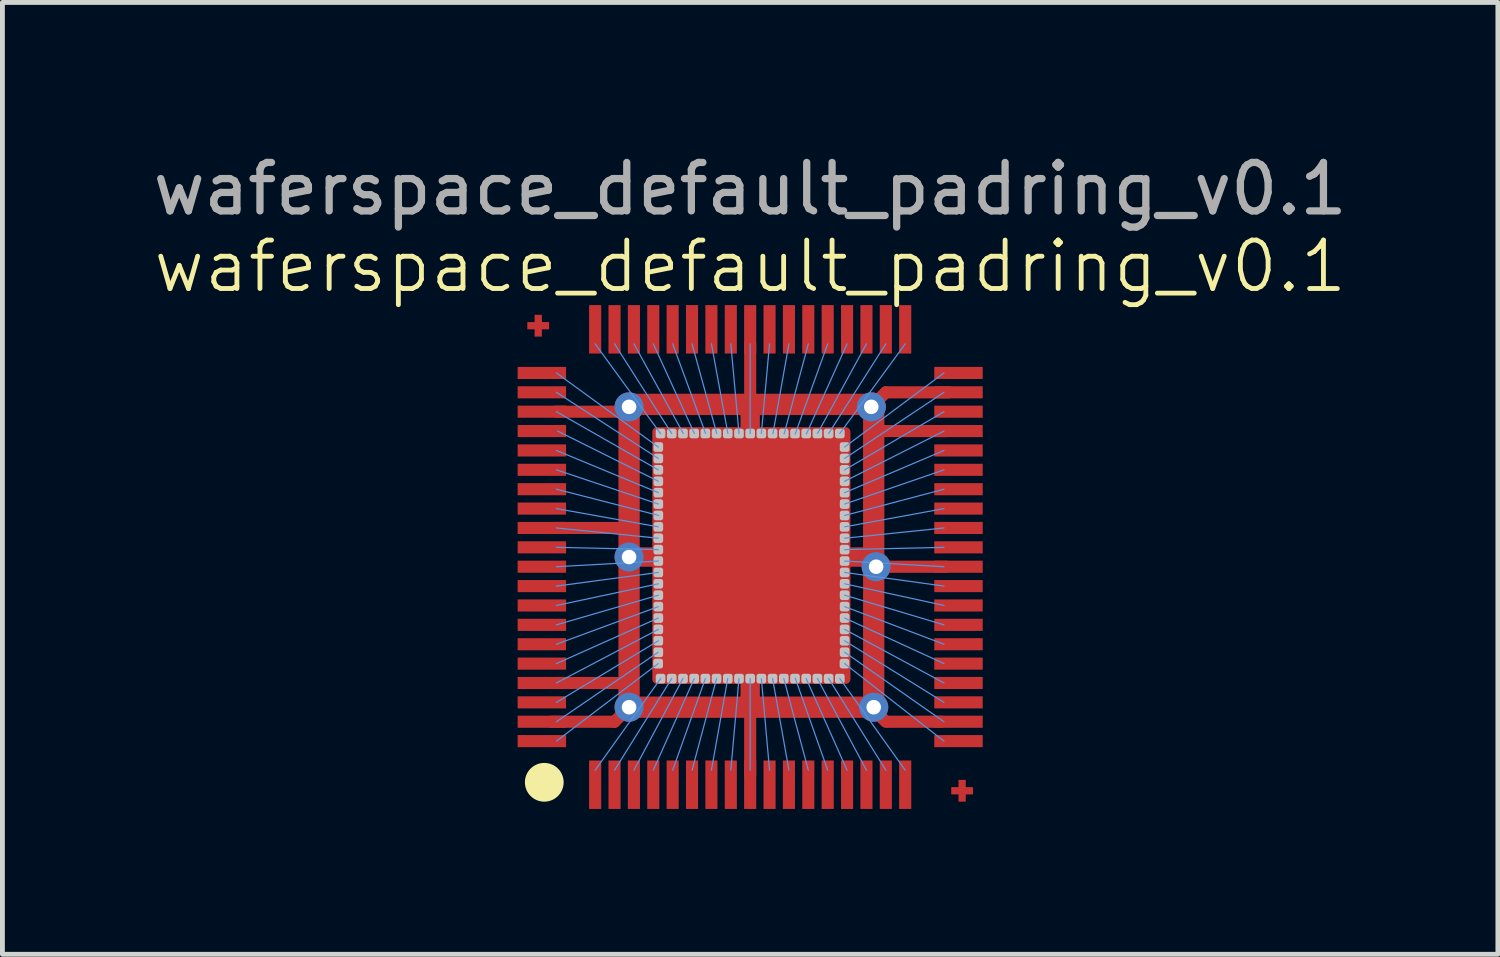
<source format=kicad_pcb>
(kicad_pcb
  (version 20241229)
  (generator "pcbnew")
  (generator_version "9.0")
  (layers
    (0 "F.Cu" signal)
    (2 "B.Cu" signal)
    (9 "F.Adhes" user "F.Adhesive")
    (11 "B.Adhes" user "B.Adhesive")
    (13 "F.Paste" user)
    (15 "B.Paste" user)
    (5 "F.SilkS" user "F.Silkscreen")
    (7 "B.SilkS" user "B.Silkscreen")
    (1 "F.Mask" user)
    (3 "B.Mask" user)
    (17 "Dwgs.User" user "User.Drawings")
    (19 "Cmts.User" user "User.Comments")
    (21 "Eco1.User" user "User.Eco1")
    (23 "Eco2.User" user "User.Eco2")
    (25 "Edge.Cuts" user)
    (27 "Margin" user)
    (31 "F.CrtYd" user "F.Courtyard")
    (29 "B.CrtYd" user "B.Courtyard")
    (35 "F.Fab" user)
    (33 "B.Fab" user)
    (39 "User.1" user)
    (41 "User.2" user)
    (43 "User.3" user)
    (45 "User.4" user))
  (footprint "waferspace_default_padring_v0.1"
    (layer "F.Cu")
    (at 12.435 8.448)
    (property "Reference" "waferspace_default_padring_v0.1" (at 0 -6 0) (unlocked yes) (layer "F.SilkS") (effects (font (size 1 1) (thickness 0.1))))
    (attr smd)
    (fp_line (start -4.1 3.4) (end -2.8 3.4) (stroke (width 0.25) (type solid)) (layer "F.Cu"))
    (fp_line (start -4 -3) (end -2.7 -3) (stroke (width 0.25) (type solid)) (layer "F.Cu"))
    (fp_line (start -4 -0.6) (end -2.7 -0.6) (stroke (width 0.25) (type solid)) (layer "F.Cu"))
    (fp_line (start -4 2.6) (end -2.7 2.6) (stroke (width 0.25) (type solid)) (layer "F.Cu"))
    (fp_line (start -2.8 3.4) (end -2.5 3.1) (stroke (width 0.25) (type solid)) (layer "F.Cu"))
    (fp_line (start 0 -3) (end 0 -4.4) (stroke (width 0.25) (type solid)) (layer "F.Cu"))
    (fp_line (start 0 3.1) (end 0 -3.15) (stroke (width 0.4) (type solid)) (layer "F.Cu"))
    (fp_line (start 0 4.5) (end 0 3.1) (stroke (width 0.25) (type solid)) (layer "F.Cu"))
    (fp_line (start 2.5 0) (end -2.5 0) (stroke (width 0.4) (type solid)) (layer "F.Cu"))
    (fp_line (start 2.75 -2.6) (end 4.05 -2.6) (stroke (width 0.25) (type solid)) (layer "F.Cu"))
    (fp_line (start 2.75 0.2) (end 4.05 0.2) (stroke (width 0.25) (type solid)) (layer "F.Cu"))
    (fp_line (start 2.8 -3.4) (end 2.5 -3.1) (stroke (width 0.25) (type solid)) (layer "F.Cu"))
    (fp_line (start 2.8 3.4) (end 2.5 3.1) (stroke (width 0.25) (type solid)) (layer "F.Cu"))
    (fp_line (start 2.85 3.4) (end 3.95 3.4) (stroke (width 0.25) (type solid)) (layer "F.Cu"))
    (fp_line (start 4.1 -3.4) (end 2.8 -3.4) (stroke (width 0.25) (type solid)) (layer "F.Cu"))
    (fp_rect (start -2.5 -3.15) (end 2.55 3.1) (stroke (width 0.44) (type solid)) (fill no) (layer "F.Cu"))
    (fp_rect (start -1.92 -2.58) (end 1.97 2.52) (stroke (width 0.2) (type solid)) (fill yes) (layer "F.Cu"))
    (fp_poly (pts (xy -4.45 -4.55) (xy -4.3 -4.55) (xy -4.3 -4.7) (xy -4.15 -4.7) (xy -4.15 -4.85) (xy -4.3 -4.85) (xy -4.3 -5) (xy -4.45 -5) (xy -4.45 -4.85) (xy -4.6 -4.85) (xy -4.6 -4.7) (xy -4.45 -4.7)) (stroke (width 0) (type solid)) (fill yes) (layer "F.Cu"))
    (fp_poly (pts (xy 4.3 5.05) (xy 4.45 5.05) (xy 4.45 4.9) (xy 4.6 4.9) (xy 4.6 4.75) (xy 4.45 4.75) (xy 4.45 4.6) (xy 4.3 4.6) (xy 4.3 4.75) (xy 4.15 4.75) (xy 4.15 4.9) (xy 4.3 4.9)) (stroke (width 0) (type solid)) (fill yes) (layer "F.Cu"))
    (fp_rect (start -4.7 -5.1) (end 4.7 5.13) (stroke (width 0.1) (type solid)) (fill yes) (layer "F.Mask"))
    (fp_circle (center -4.25 4.65) (end -3.85 4.65) (stroke (width 0) (type solid)) (fill yes) (layer "F.SilkS"))
    (fp_rect (start -1.95 2.15) (end -1.85 2.25) (stroke (width 0.1) (type solid)) (fill no) (layer "Dwgs.User"))
    (fp_rect (start -1.946 -2.32) (end -1.847 -2.22) (stroke (width 0.1) (type solid)) (fill no) (layer "Dwgs.User"))
    (fp_rect (start -1.946 -2.085) (end -1.847 -1.985) (stroke (width 0.1) (type solid)) (fill no) (layer "Dwgs.User"))
    (fp_rect (start -1.946 -1.849) (end -1.847 -1.749) (stroke (width 0.1) (type solid)) (fill no) (layer "Dwgs.User"))
    (fp_rect (start -1.946 -1.614) (end -1.847 -1.514) (stroke (width 0.1) (type solid)) (fill no) (layer "Dwgs.User"))
    (fp_rect (start -1.946 -1.379) (end -1.847 -1.279) (stroke (width 0.1) (type solid)) (fill no) (layer "Dwgs.User"))
    (fp_rect (start -1.946 -1.144) (end -1.847 -1.044) (stroke (width 0.1) (type solid)) (fill no) (layer "Dwgs.User"))
    (fp_rect (start -1.946 -0.908) (end -1.847 -0.808) (stroke (width 0.1) (type solid)) (fill no) (layer "Dwgs.User"))
    (fp_rect (start -1.946 -0.673) (end -1.847 -0.573) (stroke (width 0.1) (type solid)) (fill no) (layer "Dwgs.User"))
    (fp_rect (start -1.946 -0.438) (end -1.847 -0.338) (stroke (width 0.1) (type solid)) (fill no) (layer "Dwgs.User"))
    (fp_rect (start -1.946 -0.203) (end -1.847 -0.103) (stroke (width 0.1) (type solid)) (fill no) (layer "Dwgs.User"))
    (fp_rect (start -1.946 0.033) (end -1.847 0.133) (stroke (width 0.1) (type solid)) (fill no) (layer "Dwgs.User"))
    (fp_rect (start -1.946 0.268) (end -1.847 0.368) (stroke (width 0.1) (type solid)) (fill no) (layer "Dwgs.User"))
    (fp_rect (start -1.946 0.503) (end -1.847 0.603) (stroke (width 0.1) (type solid)) (fill no) (layer "Dwgs.User"))
    (fp_rect (start -1.946 0.738) (end -1.847 0.838) (stroke (width 0.1) (type solid)) (fill no) (layer "Dwgs.User"))
    (fp_rect (start -1.946 0.974) (end -1.847 1.074) (stroke (width 0.1) (type solid)) (fill no) (layer "Dwgs.User"))
    (fp_rect (start -1.946 1.209) (end -1.847 1.309) (stroke (width 0.1) (type solid)) (fill no) (layer "Dwgs.User"))
    (fp_rect (start -1.946 1.444) (end -1.847 1.544) (stroke (width 0.1) (type solid)) (fill no) (layer "Dwgs.User"))
    (fp_rect (start -1.946 1.679) (end -1.847 1.779) (stroke (width 0.1) (type solid)) (fill no) (layer "Dwgs.User"))
    (fp_rect (start -1.946 1.915) (end -1.847 2.015) (stroke (width 0.1) (type solid)) (fill no) (layer "Dwgs.User"))
    (fp_rect (start -1.9 -2.6) (end -1.8 -2.5) (stroke (width 0.1) (type solid)) (fill no) (layer "Dwgs.User"))
    (fp_rect (start -1.9 2.46) (end -1.8 2.56) (stroke (width 0.1) (type solid)) (fill no) (layer "Dwgs.User"))
    (fp_rect (start -1.669 -2.6) (end -1.569 -2.5) (stroke (width 0.1) (type solid)) (fill no) (layer "Dwgs.User"))
    (fp_rect (start -1.669 2.46) (end -1.569 2.56) (stroke (width 0.1) (type solid)) (fill no) (layer "Dwgs.User"))
    (fp_rect (start -1.438 -2.6) (end -1.337 -2.5) (stroke (width 0.1) (type solid)) (fill no) (layer "Dwgs.User"))
    (fp_rect (start -1.438 2.46) (end -1.337 2.56) (stroke (width 0.1) (type solid)) (fill no) (layer "Dwgs.User"))
    (fp_rect (start -1.206 -2.6) (end -1.106 -2.5) (stroke (width 0.1) (type solid)) (fill no) (layer "Dwgs.User"))
    (fp_rect (start -1.206 2.46) (end -1.106 2.56) (stroke (width 0.1) (type solid)) (fill no) (layer "Dwgs.User"))
    (fp_rect (start -0.975 -2.6) (end -0.875 -2.5) (stroke (width 0.1) (type solid)) (fill no) (layer "Dwgs.User"))
    (fp_rect (start -0.975 2.46) (end -0.875 2.56) (stroke (width 0.1) (type solid)) (fill no) (layer "Dwgs.User"))
    (fp_rect (start -0.744 -2.6) (end -0.644 -2.5) (stroke (width 0.1) (type solid)) (fill no) (layer "Dwgs.User"))
    (fp_rect (start -0.744 2.46) (end -0.644 2.56) (stroke (width 0.1) (type solid)) (fill no) (layer "Dwgs.User"))
    (fp_rect (start -0.512 -2.6) (end -0.412 -2.5) (stroke (width 0.1) (type solid)) (fill no) (layer "Dwgs.User"))
    (fp_rect (start -0.512 2.46) (end -0.412 2.56) (stroke (width 0.1) (type solid)) (fill no) (layer "Dwgs.User"))
    (fp_rect (start -0.281 -2.6) (end -0.181 -2.5) (stroke (width 0.1) (type solid)) (fill no) (layer "Dwgs.User"))
    (fp_rect (start -0.281 2.46) (end -0.181 2.56) (stroke (width 0.1) (type solid)) (fill no) (layer "Dwgs.User"))
    (fp_rect (start -0.05 -2.6) (end 0.05 -2.5) (stroke (width 0.1) (type solid)) (fill no) (layer "Dwgs.User"))
    (fp_rect (start -0.05 2.46) (end 0.05 2.56) (stroke (width 0.1) (type solid)) (fill no) (layer "Dwgs.User"))
    (fp_rect (start 0.181 -2.6) (end 0.281 -2.5) (stroke (width 0.1) (type solid)) (fill no) (layer "Dwgs.User"))
    (fp_rect (start 0.181 2.46) (end 0.281 2.56) (stroke (width 0.1) (type solid)) (fill no) (layer "Dwgs.User"))
    (fp_rect (start 0.412 -2.6) (end 0.512 -2.5) (stroke (width 0.1) (type solid)) (fill no) (layer "Dwgs.User"))
    (fp_rect (start 0.412 2.46) (end 0.512 2.56) (stroke (width 0.1) (type solid)) (fill no) (layer "Dwgs.User"))
    (fp_rect (start 0.644 -2.6) (end 0.744 -2.5) (stroke (width 0.1) (type solid)) (fill no) (layer "Dwgs.User"))
    (fp_rect (start 0.644 2.46) (end 0.744 2.56) (stroke (width 0.1) (type solid)) (fill no) (layer "Dwgs.User"))
    (fp_rect (start 0.875 -2.6) (end 0.975 -2.5) (stroke (width 0.1) (type solid)) (fill no) (layer "Dwgs.User"))
    (fp_rect (start 0.875 2.46) (end 0.975 2.56) (stroke (width 0.1) (type solid)) (fill no) (layer "Dwgs.User"))
    (fp_rect (start 1.106 -2.6) (end 1.206 -2.5) (stroke (width 0.1) (type solid)) (fill no) (layer "Dwgs.User"))
    (fp_rect (start 1.106 2.46) (end 1.206 2.56) (stroke (width 0.1) (type solid)) (fill no) (layer "Dwgs.User"))
    (fp_rect (start 1.337 -2.6) (end 1.438 -2.5) (stroke (width 0.1) (type solid)) (fill no) (layer "Dwgs.User"))
    (fp_rect (start 1.337 2.46) (end 1.438 2.56) (stroke (width 0.1) (type solid)) (fill no) (layer "Dwgs.User"))
    (fp_rect (start 1.569 -2.6) (end 1.669 -2.5) (stroke (width 0.1) (type solid)) (fill no) (layer "Dwgs.User"))
    (fp_rect (start 1.569 2.46) (end 1.669 2.56) (stroke (width 0.1) (type solid)) (fill no) (layer "Dwgs.User"))
    (fp_rect (start 1.8 -2.6) (end 1.9 -2.5) (stroke (width 0.1) (type solid)) (fill no) (layer "Dwgs.User"))
    (fp_rect (start 1.8 2.46) (end 1.9 2.56) (stroke (width 0.1) (type solid)) (fill no) (layer "Dwgs.User"))
    (fp_rect (start 1.897 2.15) (end 1.996 2.25) (stroke (width 0.1) (type solid)) (fill no) (layer "Dwgs.User"))
    (fp_rect (start 1.9 -2.32) (end 2 -2.22) (stroke (width 0.1) (type solid)) (fill no) (layer "Dwgs.User"))
    (fp_rect (start 1.9 -2.085) (end 2 -1.985) (stroke (width 0.1) (type solid)) (fill no) (layer "Dwgs.User"))
    (fp_rect (start 1.9 -1.849) (end 2 -1.749) (stroke (width 0.1) (type solid)) (fill no) (layer "Dwgs.User"))
    (fp_rect (start 1.9 -1.614) (end 2 -1.514) (stroke (width 0.1) (type solid)) (fill no) (layer "Dwgs.User"))
    (fp_rect (start 1.9 -1.379) (end 2 -1.279) (stroke (width 0.1) (type solid)) (fill no) (layer "Dwgs.User"))
    (fp_rect (start 1.9 -1.144) (end 2 -1.044) (stroke (width 0.1) (type solid)) (fill no) (layer "Dwgs.User"))
    (fp_rect (start 1.9 -0.908) (end 2 -0.808) (stroke (width 0.1) (type solid)) (fill no) (layer "Dwgs.User"))
    (fp_rect (start 1.9 -0.673) (end 2 -0.573) (stroke (width 0.1) (type solid)) (fill no) (layer "Dwgs.User"))
    (fp_rect (start 1.9 -0.438) (end 2 -0.338) (stroke (width 0.1) (type solid)) (fill no) (layer "Dwgs.User"))
    (fp_rect (start 1.9 -0.203) (end 2 -0.103) (stroke (width 0.1) (type solid)) (fill no) (layer "Dwgs.User"))
    (fp_rect (start 1.9 0.033) (end 2 0.133) (stroke (width 0.1) (type solid)) (fill no) (layer "Dwgs.User"))
    (fp_rect (start 1.9 0.268) (end 2 0.368) (stroke (width 0.1) (type solid)) (fill no) (layer "Dwgs.User"))
    (fp_rect (start 1.9 0.503) (end 2 0.603) (stroke (width 0.1) (type solid)) (fill no) (layer "Dwgs.User"))
    (fp_rect (start 1.9 0.738) (end 2 0.838) (stroke (width 0.1) (type solid)) (fill no) (layer "Dwgs.User"))
    (fp_rect (start 1.9 0.974) (end 2 1.074) (stroke (width 0.1) (type solid)) (fill no) (layer "Dwgs.User"))
    (fp_rect (start 1.9 1.209) (end 2 1.309) (stroke (width 0.1) (type solid)) (fill no) (layer "Dwgs.User"))
    (fp_rect (start 1.9 1.444) (end 2 1.544) (stroke (width 0.1) (type solid)) (fill no) (layer "Dwgs.User"))
    (fp_rect (start 1.9 1.679) (end 2 1.779) (stroke (width 0.1) (type solid)) (fill no) (layer "Dwgs.User"))
    (fp_rect (start 1.9 1.915) (end 2 2.015) (stroke (width 0.1) (type solid)) (fill no) (layer "Dwgs.User"))
    (fp_line (start -4 -3.8) (end -1.897 -2.27) (stroke (width 0.025) (type solid)) (layer "Cmts.User"))
    (fp_line (start -4 -3.4) (end -1.897 -2.035) (stroke (width 0.025) (type solid)) (layer "Cmts.User"))
    (fp_line (start -4 -3) (end -1.897 -1.799) (stroke (width 0.025) (type solid)) (layer "Cmts.User"))
    (fp_line (start -4 -2.2) (end -1.897 -1.329) (stroke (width 0.025) (type solid)) (layer "Cmts.User"))
    (fp_line (start -4 -1.8) (end -1.897 -1.094) (stroke (width 0.025) (type solid)) (layer "Cmts.User"))
    (fp_line (start -4 -1.4) (end -1.89 -0.858) (stroke (width 0.025) (type solid)) (layer "Cmts.User"))
    (fp_line (start -4 -1) (end -1.897 -0.623) (stroke (width 0.025) (type solid)) (layer "Cmts.User"))
    (fp_line (start -4 -0.6) (end -1.897 -0.388) (stroke (width 0.025) (type solid)) (layer "Cmts.User"))
    (fp_line (start -4 -0.2) (end -1.897 -0.153) (stroke (width 0.025) (type solid)) (layer "Cmts.User"))
    (fp_line (start -4 0.2) (end -1.897 0.083) (stroke (width 0.025) (type solid)) (layer "Cmts.User"))
    (fp_line (start -4 0.6) (end -1.897 0.318) (stroke (width 0.025) (type solid)) (layer "Cmts.User"))
    (fp_line (start -4 1) (end -1.897 0.553) (stroke (width 0.025) (type solid)) (layer "Cmts.User"))
    (fp_line (start -4 1.4) (end -1.897 0.788) (stroke (width 0.025) (type solid)) (layer "Cmts.User"))
    (fp_line (start -4 1.8) (end -1.897 1.024) (stroke (width 0.025) (type solid)) (layer "Cmts.User"))
    (fp_line (start -4 2.2) (end -1.897 1.259) (stroke (width 0.025) (type solid)) (layer "Cmts.User"))
    (fp_line (start -4 2.6) (end -1.897 1.494) (stroke (width 0.025) (type solid)) (layer "Cmts.User"))
    (fp_line (start -4 3) (end -1.897 1.729) (stroke (width 0.025) (type solid)) (layer "Cmts.User"))
    (fp_line (start -4 3.4) (end -1.9 1.965) (stroke (width 0.025) (type solid)) (layer "Cmts.User"))
    (fp_line (start -4 3.8) (end -1.9 2.2) (stroke (width 0.025) (type solid)) (layer "Cmts.User"))
    (fp_line (start -3.975 -2.6) (end -1.897 -1.564) (stroke (width 0.025) (type solid)) (layer "Cmts.User"))
    (fp_line (start -3.2 4.4) (end -1.85 2.51) (stroke (width 0.025) (type solid)) (layer "Cmts.User"))
    (fp_line (start -2.8 4.4) (end -1.619 2.507) (stroke (width 0.025) (type solid)) (layer "Cmts.User"))
    (fp_line (start -2.4 4.4) (end -1.387 2.507) (stroke (width 0.025) (type solid)) (layer "Cmts.User"))
    (fp_line (start -2 4.4) (end -1.156 2.511) (stroke (width 0.025) (type solid)) (layer "Cmts.User"))
    (fp_line (start -1.85 -2.547) (end -3.2 -4.4) (stroke (width 0.025) (type solid)) (layer "Cmts.User"))
    (fp_line (start -1.62 -2.55) (end -2.8 -4.4) (stroke (width 0.025) (type solid)) (layer "Cmts.User"))
    (fp_line (start -1.6 4.4) (end -0.925 2.508) (stroke (width 0.025) (type solid)) (layer "Cmts.User"))
    (fp_line (start -1.38 -2.55) (end -2.4 -4.4) (stroke (width 0.025) (type solid)) (layer "Cmts.User"))
    (fp_line (start -1.2 4.4) (end -0.694 2.511) (stroke (width 0.025) (type solid)) (layer "Cmts.User"))
    (fp_line (start -1.15 -2.546) (end -2 -4.4) (stroke (width 0.025) (type solid)) (layer "Cmts.User"))
    (fp_line (start -0.92 -2.55) (end -1.6 -4.4) (stroke (width 0.025) (type solid)) (layer "Cmts.User"))
    (fp_line (start -0.8 4.4) (end -0.463 2.51) (stroke (width 0.025) (type solid)) (layer "Cmts.User"))
    (fp_line (start -0.69 -2.55) (end -1.2 -4.4) (stroke (width 0.025) (type solid)) (layer "Cmts.User"))
    (fp_line (start -0.46 -2.55) (end -0.8 -4.4) (stroke (width 0.025) (type solid)) (layer "Cmts.User"))
    (fp_line (start -0.4 4.4) (end -0.231 2.512) (stroke (width 0.025) (type solid)) (layer "Cmts.User"))
    (fp_line (start -0.23 -2.55) (end -0.4 -4.4) (stroke (width 0.025) (type solid)) (layer "Cmts.User"))
    (fp_line (start 0 -2.55) (end 0 -4.4) (stroke (width 0.025) (type solid)) (layer "Cmts.User"))
    (fp_line (start 0 4.4) (end 0 2.508) (stroke (width 0.025) (type solid)) (layer "Cmts.User"))
    (fp_line (start 0.23 -2.547) (end 0.4 -4.4) (stroke (width 0.025) (type solid)) (layer "Cmts.User"))
    (fp_line (start 0.4 4.4) (end 0.231 2.51) (stroke (width 0.025) (type solid)) (layer "Cmts.User"))
    (fp_line (start 0.47 -2.548) (end 0.8 -4.4) (stroke (width 0.025) (type solid)) (layer "Cmts.User"))
    (fp_line (start 0.7 -2.54) (end 1.2 -4.4) (stroke (width 0.025) (type solid)) (layer "Cmts.User"))
    (fp_line (start 0.8 4.4) (end 0.463 2.51) (stroke (width 0.025) (type solid)) (layer "Cmts.User"))
    (fp_line (start 0.93 -2.54) (end 1.6 -4.4) (stroke (width 0.025) (type solid)) (layer "Cmts.User"))
    (fp_line (start 1.16 -2.54) (end 2 -4.4) (stroke (width 0.025) (type solid)) (layer "Cmts.User"))
    (fp_line (start 1.2 4.4) (end 0.694 2.511) (stroke (width 0.025) (type solid)) (layer "Cmts.User"))
    (fp_line (start 1.39 -2.55) (end 2.4 -4.4) (stroke (width 0.025) (type solid)) (layer "Cmts.User"))
    (fp_line (start 1.6 4.4) (end 0.93 2.5) (stroke (width 0.025) (type solid)) (layer "Cmts.User"))
    (fp_line (start 1.62 -2.55) (end 2.8 -4.4) (stroke (width 0.025) (type solid)) (layer "Cmts.User"))
    (fp_line (start 1.85 -2.55) (end 3.2 -4.4) (stroke (width 0.025) (type solid)) (layer "Cmts.User"))
    (fp_line (start 1.95 -2.27) (end 4 -3.8) (stroke (width 0.025) (type solid)) (layer "Cmts.User"))
    (fp_line (start 1.95 -2.035) (end 4 -3.4) (stroke (width 0.025) (type solid)) (layer "Cmts.User"))
    (fp_line (start 1.95 -1.799) (end 4 -3) (stroke (width 0.025) (type solid)) (layer "Cmts.User"))
    (fp_line (start 1.95 -1.564) (end 4 -2.6) (stroke (width 0.025) (type solid)) (layer "Cmts.User"))
    (fp_line (start 1.95 -1.329) (end 4 -2.2) (stroke (width 0.025) (type solid)) (layer "Cmts.User"))
    (fp_line (start 1.95 -1.094) (end 4 -1.8) (stroke (width 0.025) (type solid)) (layer "Cmts.User"))
    (fp_line (start 1.95 -0.858) (end 4 -1.4) (stroke (width 0.025) (type solid)) (layer "Cmts.User"))
    (fp_line (start 1.95 -0.623) (end 4 -1) (stroke (width 0.025) (type solid)) (layer "Cmts.User"))
    (fp_line (start 1.95 -0.388) (end 4 -0.6) (stroke (width 0.025) (type solid)) (layer "Cmts.User"))
    (fp_line (start 1.95 -0.153) (end 4 -0.2) (stroke (width 0.025) (type solid)) (layer "Cmts.User"))
    (fp_line (start 1.95 0.083) (end 4 0.2) (stroke (width 0.025) (type solid)) (layer "Cmts.User"))
    (fp_line (start 1.95 0.318) (end 4 0.6) (stroke (width 0.025) (type solid)) (layer "Cmts.User"))
    (fp_line (start 1.95 0.553) (end 4 1) (stroke (width 0.025) (type solid)) (layer "Cmts.User"))
    (fp_line (start 1.95 0.788) (end 4 1.4) (stroke (width 0.025) (type solid)) (layer "Cmts.User"))
    (fp_line (start 1.95 1.024) (end 4 1.8) (stroke (width 0.025) (type solid)) (layer "Cmts.User"))
    (fp_line (start 1.95 1.259) (end 4 2.2) (stroke (width 0.025) (type solid)) (layer "Cmts.User"))
    (fp_line (start 1.95 1.494) (end 4 2.6) (stroke (width 0.025) (type solid)) (layer "Cmts.User"))
    (fp_line (start 1.95 1.729) (end 4 3) (stroke (width 0.025) (type solid)) (layer "Cmts.User"))
    (fp_line (start 1.95 1.965) (end 4 3.4) (stroke (width 0.025) (type solid)) (layer "Cmts.User"))
    (fp_line (start 1.95 2.2) (end 4 3.8) (stroke (width 0.025) (type solid)) (layer "Cmts.User"))
    (fp_line (start 2 4.4) (end 1.156 2.509) (stroke (width 0.025) (type solid)) (layer "Cmts.User"))
    (fp_line (start 2.4 4.4) (end 1.387 2.507) (stroke (width 0.025) (type solid)) (layer "Cmts.User"))
    (fp_line (start 2.8 4.4) (end 1.619 2.507) (stroke (width 0.025) (type solid)) (layer "Cmts.User"))
    (fp_line (start 3.2 4.4) (end 1.85 2.509) (stroke (width 0.025) (type solid)) (layer "Cmts.User"))
    (fp_text user "${REFERENCE}" (at 0 -7.6 0) (unlocked yes) (layer "F.Fab") (effects (font (size 1 1) (thickness 0.15))))
    (pad " 75" thru_hole circle (at -2.5 -3.1 270) (size 0.6 0.6) (drill 0.3) (layers "*.Cu" "*.Mask"))
    (pad " 75" thru_hole circle (at -2.5 0 270) (size 0.6 0.6) (drill 0.3) (layers "*.Cu" "*.Mask"))
    (pad " 75" thru_hole circle (at -2.5 3.1 270) (size 0.6 0.6) (drill 0.3) (layers "*.Cu" "*.Mask"))
    (pad " 75" thru_hole circle (at 2.5 -3.1 270) (size 0.6 0.6) (drill 0.3) (layers "*.Cu" "*.Mask"))
    (pad " 75" thru_hole circle (at 2.55 3.1 270) (size 0.6 0.6) (drill 0.3) (layers "*.Cu" "*.Mask"))
    (pad " 75" thru_hole circle (at 2.6 0.2 270) (size 0.6 0.6) (drill 0.3) (layers "*.Cu" "*.Mask"))
    (pad "1" smd rect (at -3.2 4.7 90) (size 1 0.25) (layers "F.Cu"))
    (pad "2" smd rect (at -2.8 4.7 90) (size 1 0.25) (layers "F.Cu"))
    (pad "3" smd rect (at -2.4 4.7 90) (size 1 0.25) (layers "F.Cu"))
    (pad "4" smd rect (at -2 4.7 90) (size 1 0.25) (layers "F.Cu"))
    (pad "5" smd rect (at -1.6 4.7 90) (size 1 0.25) (layers "F.Cu"))
    (pad "6" smd rect (at -1.2 4.7 90) (size 1 0.25) (layers "F.Cu"))
    (pad "7" smd rect (at -0.8 4.7 90) (size 1 0.25) (layers "F.Cu"))
    (pad "8" smd rect (at -0.4 4.7 90) (size 1 0.25) (layers "F.Cu"))
    (pad "9" smd rect (at 0 4.7 90) (size 1 0.25) (layers "F.Cu"))
    (pad "10" smd rect (at 0.4 4.7 90) (size 1 0.25) (layers "F.Cu"))
    (pad "11" smd rect (at 0.8 4.7 90) (size 1 0.25) (layers "F.Cu"))
    (pad "12" smd rect (at 1.2 4.7 90) (size 1 0.25) (layers "F.Cu"))
    (pad "13" smd rect (at 1.6 4.7 90) (size 1 0.25) (layers "F.Cu"))
    (pad "14" smd rect (at 2 4.7 90) (size 1 0.25) (layers "F.Cu"))
    (pad "15" smd rect (at 2.4 4.7 90) (size 1 0.25) (layers "F.Cu"))
    (pad "16" smd rect (at 2.8 4.7 90) (size 1 0.25) (layers "F.Cu"))
    (pad "17" smd rect (at 3.2 4.7 90) (size 1 0.25) (layers "F.Cu"))
    (pad "18" smd rect (at 4.3 3.8) (size 1 0.25) (layers "F.Cu"))
    (pad "19" smd rect (at 4.3 3.4) (size 1 0.25) (layers "F.Cu"))
    (pad "20" smd rect (at 4.3 3 180) (size 1 0.25) (layers "F.Cu"))
    (pad "21" smd rect (at 4.3 2.6 180) (size 1 0.25) (layers "F.Cu"))
    (pad "22" smd rect (at 4.3 2.2 180) (size 1 0.25) (layers "F.Cu"))
    (pad "23" smd rect (at 4.3 1.8 180) (size 1 0.25) (layers "F.Cu"))
    (pad "24" smd rect (at 4.3 1.4 180) (size 1 0.25) (layers "F.Cu"))
    (pad "25" smd rect (at 4.3 1 180) (size 1 0.25) (layers "F.Cu"))
    (pad "26" smd rect (at 4.3 0.6) (size 1 0.25) (layers "F.Cu"))
    (pad "27" smd rect (at 4.3 0.2) (size 1 0.25) (layers "F.Cu"))
    (pad "28" smd rect (at 4.3 -0.2 180) (size 1 0.25) (layers "F.Cu"))
    (pad "29" smd rect (at 4.3 -0.6 180) (size 1 0.25) (layers "F.Cu"))
    (pad "30" smd rect (at 4.3 -1 180) (size 1 0.25) (layers "F.Cu"))
    (pad "31" smd rect (at 4.3 -1.4 180) (size 1 0.25) (layers "F.Cu"))
    (pad "32" smd rect (at 4.3 -1.8 180) (size 1 0.25) (layers "F.Cu"))
    (pad "33" smd rect (at 4.3 -2.2 180) (size 1 0.25) (layers "F.Cu"))
    (pad "34" smd rect (at 4.3 -2.6) (size 1 0.25) (layers "F.Cu"))
    (pad "35" smd rect (at 4.3 -3) (size 1 0.25) (layers "F.Cu"))
    (pad "36" smd rect (at 4.3 -3.4) (size 1 0.25) (layers "F.Cu"))
    (pad "37" smd rect (at 4.3 -3.8) (size 1 0.25) (layers "F.Cu"))
    (pad "38" smd rect (at 3.2 -4.7 270) (size 1 0.25) (layers "F.Cu"))
    (pad "39" smd rect (at 2.8 -4.7 270) (size 1 0.25) (layers "F.Cu"))
    (pad "40" smd rect (at 2.4 -4.7 270) (size 1 0.25) (layers "F.Cu"))
    (pad "41" smd rect (at 2 -4.7 270) (size 1 0.25) (layers "F.Cu"))
    (pad "42" smd rect (at 1.6 -4.7 270) (size 1 0.25) (layers "F.Cu"))
    (pad "43" smd rect (at 1.2 -4.7 270) (size 1 0.25) (layers "F.Cu"))
    (pad "44" smd rect (at 0.8 -4.7 270) (size 1 0.25) (layers "F.Cu"))
    (pad "45" smd rect (at 0.4 -4.7 270) (size 1 0.25) (layers "F.Cu"))
    (pad "46" smd rect (at 0 -4.7 90) (size 1 0.25) (layers "F.Cu"))
    (pad "47" smd rect (at -0.4 -4.7 270) (size 1 0.25) (layers "F.Cu"))
    (pad "48" smd rect (at -0.8 -4.7 270) (size 1 0.25) (layers "F.Cu"))
    (pad "49" smd rect (at -1.2 -4.7 270) (size 1 0.25) (layers "F.Cu"))
    (pad "50" smd rect (at -1.6 -4.7 270) (size 1 0.25) (layers "F.Cu"))
    (pad "51" smd rect (at -2 -4.7 270) (size 1 0.25) (layers "F.Cu"))
    (pad "52" smd rect (at -2.4 -4.7 270) (size 1 0.25) (layers "F.Cu"))
    (pad "53" smd rect (at -2.8 -4.7 270) (size 1 0.25) (layers "F.Cu"))
    (pad "54" smd rect (at -3.2 -4.7 270) (size 1 0.25) (layers "F.Cu"))
    (pad "55" smd rect (at -4.3 -3.8) (size 1 0.25) (layers "F.Cu"))
    (pad "56" smd rect (at -4.3 -3.4) (size 1 0.25) (layers "F.Cu"))
    (pad "57" smd rect (at -4.3 -2.6) (size 1 0.25) (layers "F.Cu"))
    (pad "58" smd rect (at -4.3 -3) (size 1 0.25) (layers "F.Cu"))
    (pad "59" smd rect (at -4.3 -2.2) (size 1 0.25) (layers "F.Cu"))
    (pad "60" smd rect (at -4.3 -1.8) (size 1 0.25) (layers "F.Cu"))
    (pad "61" smd rect (at -4.3 -1.4) (size 1 0.25) (layers "F.Cu"))
    (pad "62" smd rect (at -4.3 -1) (size 1 0.25) (layers "F.Cu"))
    (pad "63" smd rect (at -4.3 -0.6) (size 1 0.25) (layers "F.Cu"))
    (pad "64" smd rect (at -4.3 -0.2) (size 1 0.25) (layers "F.Cu"))
    (pad "65" smd rect (at -4.3 0.2) (size 1 0.25) (layers "F.Cu"))
    (pad "66" smd rect (at -4.3 0.6) (size 1 0.25) (layers "F.Cu"))
    (pad "67" smd rect (at -4.3 1) (size 1 0.25) (layers "F.Cu"))
    (pad "68" smd rect (at -4.3 1.4) (size 1 0.25) (layers "F.Cu"))
    (pad "69" smd rect (at -4.3 1.8) (size 1 0.25) (layers "F.Cu"))
    (pad "70" smd rect (at -4.3 2.2) (size 1 0.25) (layers "F.Cu"))
    (pad "71" smd rect (at -4.3 2.6) (size 1 0.25) (layers "F.Cu"))
    (pad "72" smd rect (at -4.3 3) (size 1 0.25) (layers "F.Cu"))
    (pad "73" smd rect (at -4.3 3.4) (size 1 0.25) (layers "F.Cu"))
    (pad "74" smd rect (at -4.3 3.8) (size 1 0.25) (layers "F.Cu")))
  (gr_rect
    (start -3 -3)
    (end 27.869 16.648)
    (stroke (width 0.1) (type default))
    (fill no)
    (layer "Edge.Cuts")))
</source>
